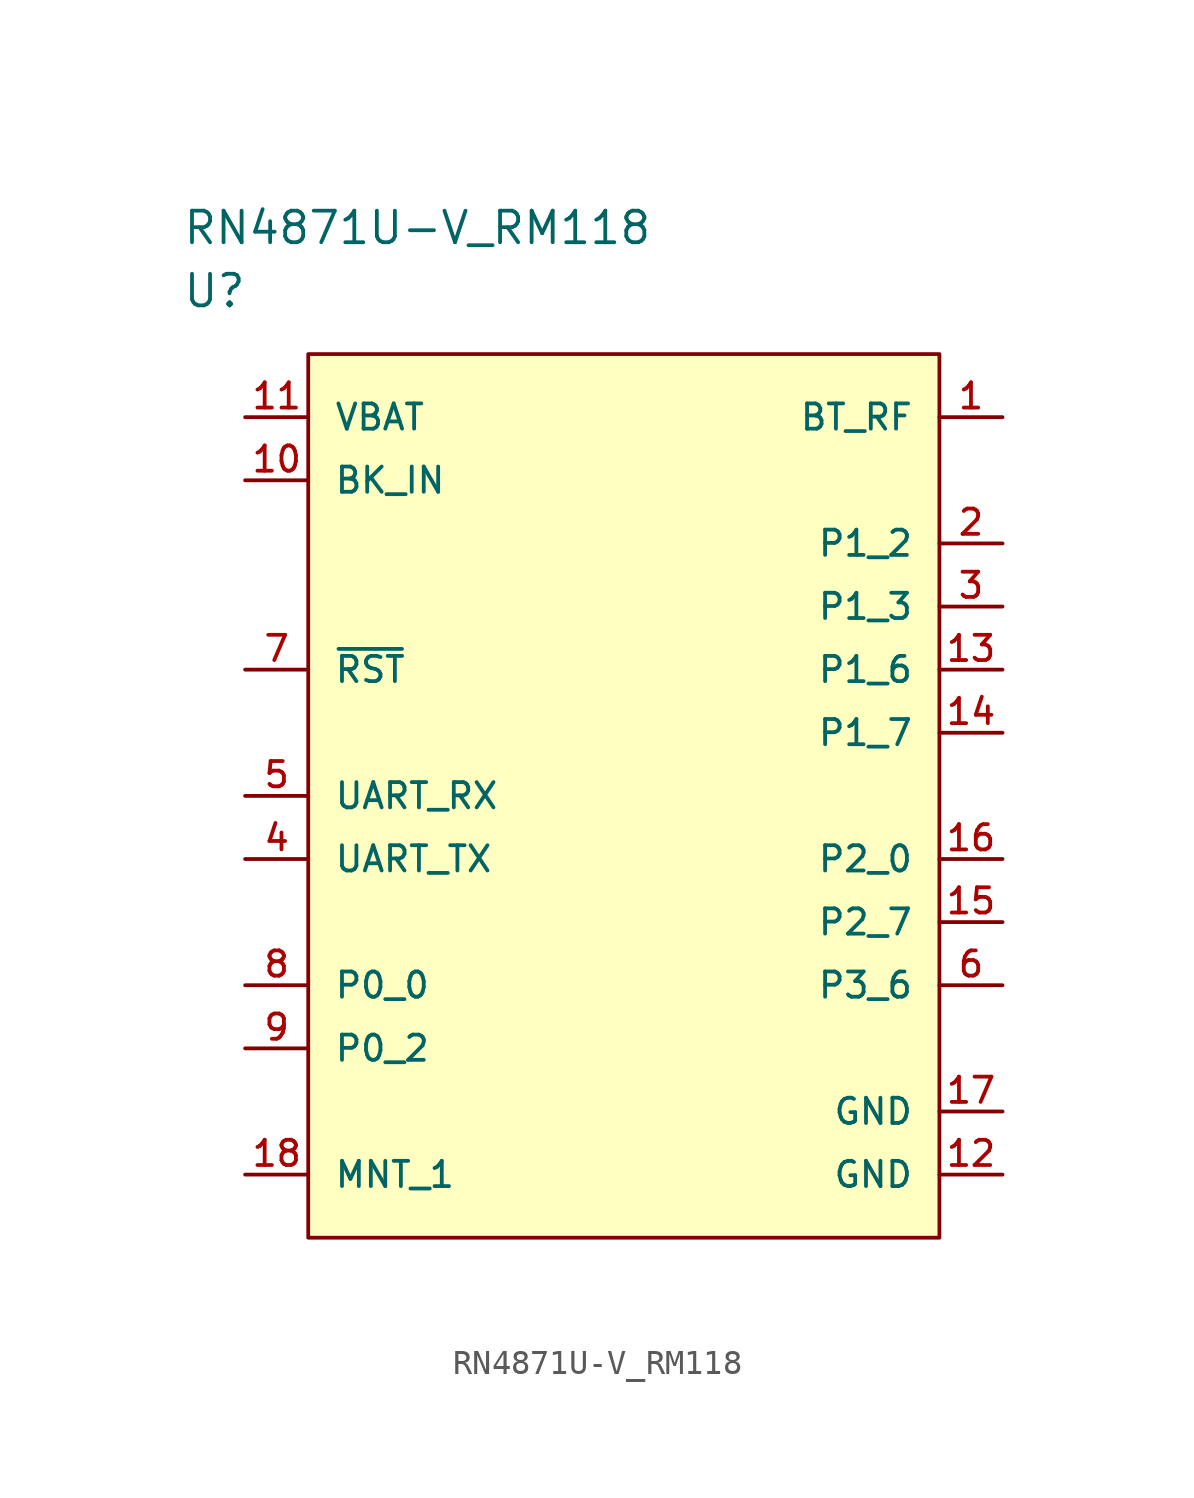
<source format=kicad_sym>
(kicad_symbol_lib
  (version 20211014)
  (generator kicad_symbol_editor)
  (symbol "RN4871U-V_RM118"
    (pin_names
      (offset 1.016))
    (property "Reference" "U"
      (at 0 5.08 0)
      (effects (font (size 1.27 1.27)) (justify left)))
    (property "Value" "RN4871U-V_RM118"
      (at 0 7.62 0)
      (effects (font (size 1.27 1.27)) (justify left)))
    (property "ki_locked" ""
      (at 0 0 0)
      (effects (font (size 1.27 1.27))))
    (symbol "RN4871U-V_RM118_1_1"
      (rectangle (start 5.08 2.54) (end 30.48 -33.02) (stroke (width 0) (type default) (color 0 0 0 0)) (fill (type background)))
      (pin passive line (at 33.02 0 180) (length 2.54) (name "BT_RF" (effects (font (size 1.016 1.016)))) (number "1" (effects (font (size 1.016 1.016)))))
      (pin passive line (at 2.54 -2.54 0) (length 2.54) (name "BK_IN" (effects (font (size 1.016 1.016)))) (number "10" (effects (font (size 1.016 1.016)))))
      (pin passive line (at 2.54 0 0) (length 2.54) (name "VBAT" (effects (font (size 1.016 1.016)))) (number "11" (effects (font (size 1.016 1.016)))))
      (pin passive line (at 33.02 -30.48 180) (length 2.54) (name "GND" (effects (font (size 1.016 1.016)))) (number "12" (effects (font (size 1.016 1.016)))))
      (pin passive line (at 33.02 -10.16 180) (length 2.54) (name "P1_6" (effects (font (size 1.016 1.016)))) (number "13" (effects (font (size 1.016 1.016)))))
      (pin passive line (at 33.02 -12.7 180) (length 2.54) (name "P1_7" (effects (font (size 1.016 1.016)))) (number "14" (effects (font (size 1.016 1.016)))))
      (pin passive line (at 33.02 -20.32 180) (length 2.54) (name "P2_7" (effects (font (size 1.016 1.016)))) (number "15" (effects (font (size 1.016 1.016)))))
      (pin passive line (at 33.02 -17.78 180) (length 2.54) (name "P2_0" (effects (font (size 1.016 1.016)))) (number "16" (effects (font (size 1.016 1.016)))))
      (pin passive line (at 33.02 -27.94 180) (length 2.54) (name "GND" (effects (font (size 1.016 1.016)))) (number "17" (effects (font (size 1.016 1.016)))))
      (pin passive line (at 2.54 -30.48 0) (length 2.54) (name "MNT_1" (effects (font (size 1.016 1.016)))) (number "18" (effects (font (size 1.016 1.016)))))
      (pin passive line (at 33.02 -5.08 180) (length 2.54) (name "P1_2" (effects (font (size 1.016 1.016)))) (number "2" (effects (font (size 1.016 1.016)))))
      (pin passive line (at 33.02 -7.62 180) (length 2.54) (name "P1_3" (effects (font (size 1.016 1.016)))) (number "3" (effects (font (size 1.016 1.016)))))
      (pin passive line (at 2.54 -17.78 0) (length 2.54) (name "UART_TX" (effects (font (size 1.016 1.016)))) (number "4" (effects (font (size 1.016 1.016)))))
      (pin passive line (at 2.54 -15.24 0) (length 2.54) (name "UART_RX" (effects (font (size 1.016 1.016)))) (number "5" (effects (font (size 1.016 1.016)))))
      (pin passive line (at 33.02 -22.86 180) (length 2.54) (name "P3_6" (effects (font (size 1.016 1.016)))) (number "6" (effects (font (size 1.016 1.016)))))
      (pin passive line (at 2.54 -10.16 0) (length 2.54) (name "~{RST}" (effects (font (size 1.016 1.016)))) (number "7" (effects (font (size 1.016 1.016)))))
      (pin passive line (at 2.54 -22.86 0) (length 2.54) (name "P0_0" (effects (font (size 1.016 1.016)))) (number "8" (effects (font (size 1.016 1.016)))))
      (pin passive line (at 2.54 -25.4 0) (length 2.54) (name "P0_2" (effects (font (size 1.016 1.016)))) (number "9" (effects (font (size 1.016 1.016))))))))
</source>
